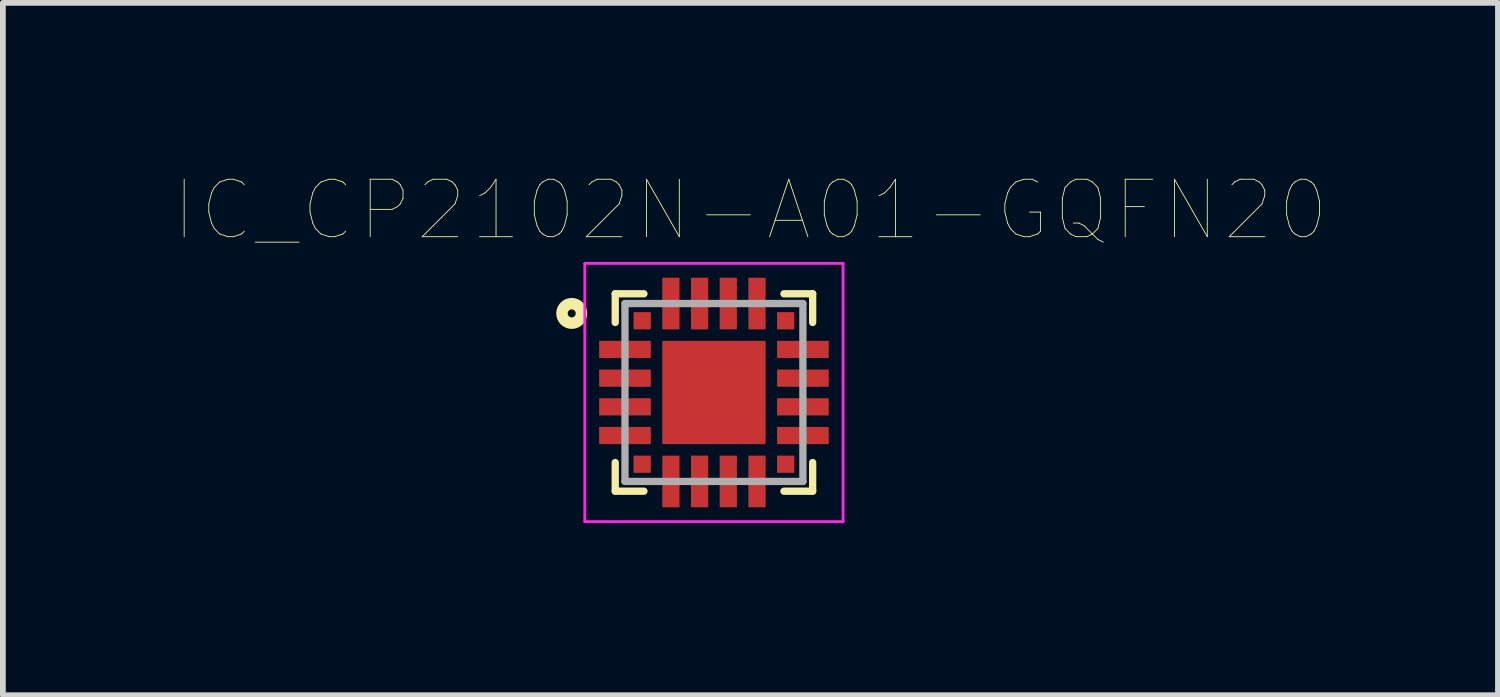
<source format=kicad_pcb>
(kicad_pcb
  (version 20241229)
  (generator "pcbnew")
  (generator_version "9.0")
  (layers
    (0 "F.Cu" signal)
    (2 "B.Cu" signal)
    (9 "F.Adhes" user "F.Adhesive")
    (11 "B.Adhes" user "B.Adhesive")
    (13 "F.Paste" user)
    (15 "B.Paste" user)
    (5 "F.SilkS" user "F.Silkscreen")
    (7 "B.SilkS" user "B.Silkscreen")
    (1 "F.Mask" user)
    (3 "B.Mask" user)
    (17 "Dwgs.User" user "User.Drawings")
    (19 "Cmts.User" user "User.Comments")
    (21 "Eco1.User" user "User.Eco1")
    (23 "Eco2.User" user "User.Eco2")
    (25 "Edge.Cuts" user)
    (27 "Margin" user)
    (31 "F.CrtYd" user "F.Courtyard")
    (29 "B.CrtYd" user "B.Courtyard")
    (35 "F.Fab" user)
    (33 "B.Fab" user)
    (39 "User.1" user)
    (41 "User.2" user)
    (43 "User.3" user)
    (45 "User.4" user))
  (footprint "IC_CP2102N-A01-GQFN20"
    (layer "F.Cu")
    (at 9.39 3.789)
    (property "Reference" "IC_CP2102N-A01-GQFN20" (at 0.636 -3.177 0) (layer "F.SilkS") (effects (font (size 1.001 1.001) (thickness 0.015))))
    (attr through_hole)
    (fp_line (start -1.72 -1.72) (end -1.72 -1.22) (stroke (width 0.127) (type solid)) (layer "F.SilkS"))
    (fp_line (start -1.72 -1.72) (end -1.22 -1.72) (stroke (width 0.127) (type solid)) (layer "F.SilkS"))
    (fp_line (start -1.72 1.72) (end -1.72 1.22) (stroke (width 0.127) (type solid)) (layer "F.SilkS"))
    (fp_line (start -1.72 1.72) (end -1.22 1.72) (stroke (width 0.127) (type solid)) (layer "F.SilkS"))
    (fp_line (start 1.22 -1.72) (end 1.72 -1.72) (stroke (width 0.127) (type solid)) (layer "F.SilkS"))
    (fp_line (start 1.22 1.72) (end 1.72 1.72) (stroke (width 0.127) (type solid)) (layer "F.SilkS"))
    (fp_line (start 1.72 -1.72) (end 1.72 -1.22) (stroke (width 0.127) (type solid)) (layer "F.SilkS"))
    (fp_line (start 1.72 1.72) (end 1.72 1.22) (stroke (width 0.127) (type solid)) (layer "F.SilkS"))
    (fp_circle (center -2.478 -1.378) (end -2.408 -1.378) (stroke (width 0.2) (type solid)) (fill no) (layer "F.SilkS"))
    (fp_poly (pts (xy -0.569 -0.569) (xy 0.569 -0.569) (xy 0.569 0.569) (xy -0.569 0.569)) (stroke (width 0.01) (type solid)) (fill yes) (layer "F.Paste"))
    (fp_line (start -2.25 -2.25) (end 2.25 -2.25) (stroke (width 0.05) (type solid)) (layer "F.CrtYd"))
    (fp_line (start -2.25 2.25) (end -2.25 -2.25) (stroke (width 0.05) (type solid)) (layer "F.CrtYd"))
    (fp_line (start 2.25 -2.25) (end 2.25 2.25) (stroke (width 0.05) (type solid)) (layer "F.CrtYd"))
    (fp_line (start 2.25 2.25) (end -2.25 2.25) (stroke (width 0.05) (type solid)) (layer "F.CrtYd"))
    (fp_line (start -1.55 -1.55) (end 1.55 -1.55) (stroke (width 0.127) (type solid)) (layer "F.Fab"))
    (fp_line (start -1.55 1.55) (end -1.55 -1.55) (stroke (width 0.127) (type solid)) (layer "F.Fab"))
    (fp_line (start 1.55 -1.55) (end 1.55 1.55) (stroke (width 0.127) (type solid)) (layer "F.Fab"))
    (fp_line (start 1.55 1.55) (end -1.55 1.55) (stroke (width 0.127) (type solid)) (layer "F.Fab"))
    (pad "1" smd rect (at -1.25 -1.25) (size 0.3 0.3) (layers "F.Cu" "F.Mask" "F.Paste"))
    (pad "2" smd rect (at -1.55 -0.75) (size 0.9 0.3) (layers "F.Cu" "F.Mask" "F.Paste"))
    (pad "3" smd rect (at -1.55 -0.25) (size 0.9 0.3) (layers "F.Cu" "F.Mask" "F.Paste"))
    (pad "4" smd rect (at -1.55 0.25) (size 0.9 0.3) (layers "F.Cu" "F.Mask" "F.Paste"))
    (pad "5" smd rect (at -1.55 0.75) (size 0.9 0.3) (layers "F.Cu" "F.Mask" "F.Paste"))
    (pad "6" smd rect (at -1.25 1.25) (size 0.3 0.3) (layers "F.Cu" "F.Mask" "F.Paste"))
    (pad "7" smd rect (at -0.75 1.55) (size 0.3 0.9) (layers "F.Cu" "F.Mask" "F.Paste"))
    (pad "8" smd rect (at -0.25 1.55) (size 0.3 0.9) (layers "F.Cu" "F.Mask" "F.Paste"))
    (pad "9" smd rect (at 0.25 1.55) (size 0.3 0.9) (layers "F.Cu" "F.Mask" "F.Paste"))
    (pad "10" smd rect (at 0.75 1.55) (size 0.3 0.9) (layers "F.Cu" "F.Mask" "F.Paste"))
    (pad "11" smd rect (at 1.25 1.25) (size 0.3 0.3) (layers "F.Cu" "F.Mask" "F.Paste"))
    (pad "12" smd rect (at 1.55 0.75) (size 0.9 0.3) (layers "F.Cu" "F.Mask" "F.Paste"))
    (pad "13" smd rect (at 1.55 0.25) (size 0.9 0.3) (layers "F.Cu" "F.Mask" "F.Paste"))
    (pad "14" smd rect (at 1.55 -0.25) (size 0.9 0.3) (layers "F.Cu" "F.Mask" "F.Paste"))
    (pad "15" smd rect (at 1.55 -0.75) (size 0.9 0.3) (layers "F.Cu" "F.Mask" "F.Paste"))
    (pad "16" smd rect (at 1.25 -1.25) (size 0.3 0.3) (layers "F.Cu" "F.Mask" "F.Paste"))
    (pad "17" smd rect (at 0.75 -1.55) (size 0.3 0.9) (layers "F.Cu" "F.Mask" "F.Paste"))
    (pad "18" smd rect (at 0.25 -1.55) (size 0.3 0.9) (layers "F.Cu" "F.Mask" "F.Paste"))
    (pad "19" smd rect (at -0.25 -1.55) (size 0.3 0.9) (layers "F.Cu" "F.Mask" "F.Paste"))
    (pad "20" smd rect (at -0.75 -1.55) (size 0.3 0.9) (layers "F.Cu" "F.Mask" "F.Paste"))
    (pad "21" smd rect (at 0 0) (size 1.8 1.8) (layers "F.Cu" "F.Mask")))
  (gr_rect
    (start -3 -3)
    (end 23.051 9.064)
    (stroke (width 0.1) (type default))
    (fill no)
    (layer "Edge.Cuts")))
</source>
